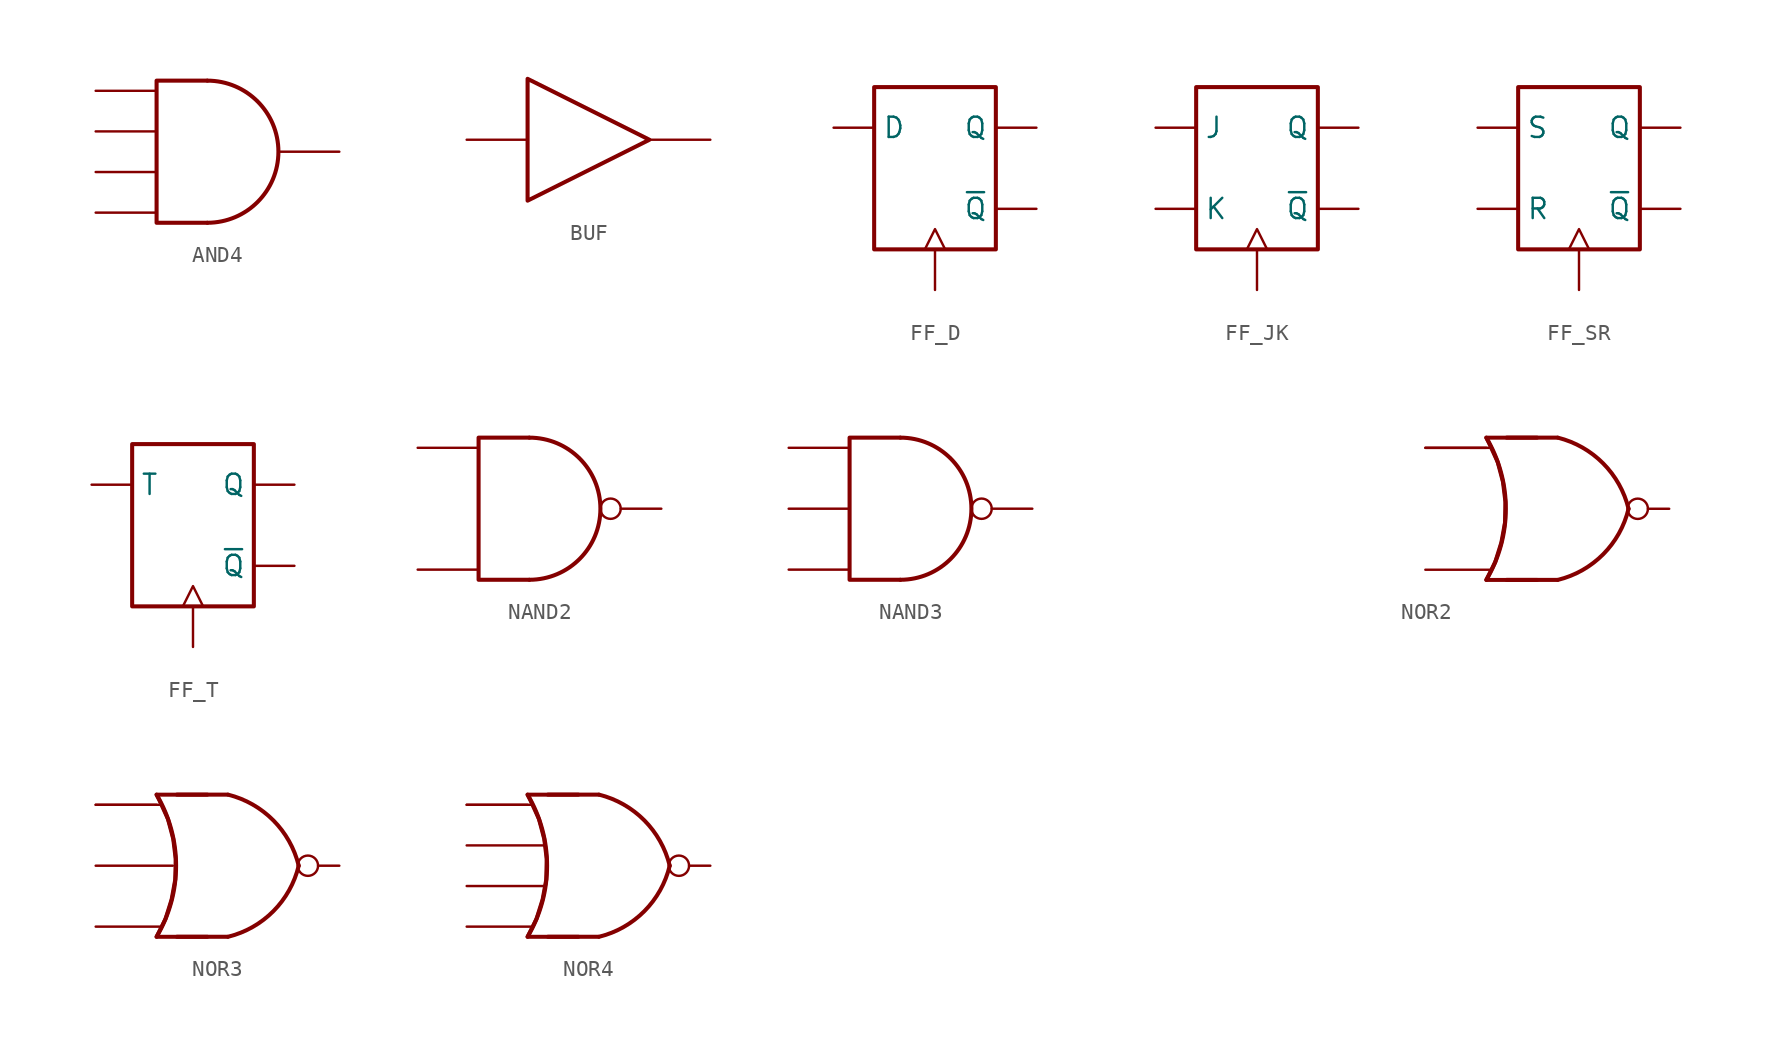
<source format=kicad_sym>
(kicad_symbol_lib
  (version 20231120)
  (generator "kicad_symbol_editor")
  (generator_version "8.0")
  (symbol "AND4"
    (property "Reference" "U"
      (at 0 0 0)
      (effects (font (size 1.27 1.27)) (hide yes)))
    (property "Value" ""
      (at 0 0 0)
      (effects (font (size 1.27 1.27))))
    (symbol "AND4_1_1"
      (polyline (pts (xy 6.985 8.255) (xy 3.81 8.255) (xy 3.81 -0.635) (xy 6.985 -0.635)) (stroke (width 0.254) (type default)) (fill (type none)))
      (arc (start 6.985 -0.635) (mid 11.4107 3.81) (end 6.985 8.255) (stroke (width 0.254) (type default)) (fill (type none)))
      (pin input line (at 0 0 0) (length 3.81) (name "" (effects (font (size 1.27 1.27)))) (number "" (effects (font (size 1.27 1.27)))))
      (pin input line (at 0 2.54 0) (length 3.81) (name "" (effects (font (size 1.27 1.27)))) (number "" (effects (font (size 1.27 1.27)))))
      (pin input line (at 0 5.08 0) (length 3.81) (name "" (effects (font (size 1.27 1.27)))) (number "" (effects (font (size 1.27 1.27)))))
      (pin input line (at 0 7.62 0) (length 3.81) (name "" (effects (font (size 1.27 1.27)))) (number "" (effects (font (size 1.27 1.27)))))
      (pin output line (at 15.24 3.81 180) (length 3.81) (name "" (effects (font (size 1.27 1.27)))) (number "" (effects (font (size 1.27 1.27)))))))
  (symbol "BUF"
    (property "Reference" "U"
      (at 0 -3.81 0)
      (effects (font (size 1.27 1.27)) (hide yes)))
    (property "Value" ""
      (at 0 -3.81 0)
      (effects (font (size 1.27 1.27))))
    (symbol "BUF_1_0"
      (polyline (pts (xy 3.81 3.81) (xy 3.81 -3.81) (xy 11.43 0) (xy 3.81 3.81)) (stroke (width 0.254) (type default)) (fill (type none)))
      (pin input line (at 0 0 0) (length 3.81) (name "" (effects (font (size 1.27 1.27)))) (number "" (effects (font (size 1.27 1.27)))))
      (pin output line (at 15.24 0 180) (length 3.81) (name "" (effects (font (size 1.27 1.27)))) (number "" (effects (font (size 1.27 1.27)))))))
  (symbol "FF_D"
    (property "Reference" "U"
      (at 0 0 0)
      (effects (font (size 1.27 1.27)) (hide yes)))
    (property "Value" ""
      (at 0 0 0)
      (effects (font (size 1.27 1.27))))
    (symbol "FF_D_1_0"
      (pin input clock (at 6.35 -5.08 90) (length 2.54) (name "" (effects (font (size 1.27 1.27)))) (number "" (effects (font (size 1.27 1.27)))))
      (pin input line (at 0 5.08 0) (length 2.54) (name "D" (effects (font (size 1.27 1.27)))) (number "" (effects (font (size 1.27 1.27)))))
      (pin output line (at 12.7 5.08 180) (length 2.54) (name "Q" (effects (font (size 1.27 1.27)))) (number "" (effects (font (size 1.27 1.27)))))
      (pin output line (at 12.7 0 180) (length 2.54) (name "~{Q}" (effects (font (size 1.27 1.27)))) (number "" (effects (font (size 1.27 1.27))))))
    (symbol "FF_D_1_1"
      (polyline (pts (xy 2.54 7.62) (xy 2.54 -2.54) (xy 10.16 -2.54) (xy 10.16 7.62) (xy 2.54 7.62)) (stroke (width 0.254) (type default)) (fill (type none)))))
  (symbol "FF_JK"
    (property "Reference" "U"
      (at 0 0 0)
      (effects (font (size 1.27 1.27)) (hide yes)))
    (property "Value" ""
      (at 0 0 0)
      (effects (font (size 1.27 1.27))))
    (symbol "FF_JK_1_0"
      (pin input clock (at 6.35 -5.08 90) (length 2.54) (name "" (effects (font (size 1.27 1.27)))) (number "" (effects (font (size 1.27 1.27)))))
      (pin input line (at 0 5.08 0) (length 2.54) (name "J" (effects (font (size 1.27 1.27)))) (number "" (effects (font (size 1.27 1.27)))))
      (pin input line (at 0 0 0) (length 2.54) (name "K" (effects (font (size 1.27 1.27)))) (number "" (effects (font (size 1.27 1.27)))))
      (pin output line (at 12.7 5.08 180) (length 2.54) (name "Q" (effects (font (size 1.27 1.27)))) (number "" (effects (font (size 1.27 1.27)))))
      (pin output line (at 12.7 0 180) (length 2.54) (name "~{Q}" (effects (font (size 1.27 1.27)))) (number "" (effects (font (size 1.27 1.27))))))
    (symbol "FF_JK_1_1"
      (polyline (pts (xy 2.54 7.62) (xy 2.54 -2.54) (xy 10.16 -2.54) (xy 10.16 7.62) (xy 2.54 7.62)) (stroke (width 0.254) (type default)) (fill (type none)))))
  (symbol "FF_SR"
    (property "Reference" "U"
      (at 0 0 0)
      (effects (font (size 1.27 1.27)) (hide yes)))
    (property "Value" ""
      (at 0 0 0)
      (effects (font (size 1.27 1.27))))
    (symbol "FF_SR_1_0"
      (pin input clock (at 3.81 -2.54 90) (length 2.54) (name "" (effects (font (size 1.27 1.27)))) (number "" (effects (font (size 1.27 1.27)))))
      (pin output line (at 10.16 7.62 180) (length 2.54) (name "Q" (effects (font (size 1.27 1.27)))) (number "" (effects (font (size 1.27 1.27)))))
      (pin input line (at -2.54 2.54 0) (length 2.54) (name "R" (effects (font (size 1.27 1.27)))) (number "" (effects (font (size 1.27 1.27)))))
      (pin input line (at -2.54 7.62 0) (length 2.54) (name "S" (effects (font (size 1.27 1.27)))) (number "" (effects (font (size 1.27 1.27)))))
      (pin output line (at 10.16 2.54 180) (length 2.54) (name "~{Q}" (effects (font (size 1.27 1.27)))) (number "" (effects (font (size 1.27 1.27))))))
    (symbol "FF_SR_1_1"
      (polyline (pts (xy 0 10.16) (xy 0 0) (xy 7.62 0) (xy 7.62 10.16) (xy 0 10.16)) (stroke (width 0.254) (type default)) (fill (type none)))))
  (symbol "FF_T"
    (property "Reference" "U"
      (at 0 0 0)
      (effects (font (size 1.27 1.27)) (hide yes)))
    (property "Value" ""
      (at 0 0 0)
      (effects (font (size 1.27 1.27))))
    (symbol "FF_T_1_0"
      (pin input clock (at 6.35 0 90) (length 2.54) (name "" (effects (font (size 1.27 1.27)))) (number "" (effects (font (size 1.27 1.27)))))
      (pin output line (at 12.7 10.16 180) (length 2.54) (name "Q" (effects (font (size 1.27 1.27)))) (number "" (effects (font (size 1.27 1.27)))))
      (pin input line (at 0 10.16 0) (length 2.54) (name "T" (effects (font (size 1.27 1.27)))) (number "" (effects (font (size 1.27 1.27)))))
      (pin output line (at 12.7 5.08 180) (length 2.54) (name "~{Q}" (effects (font (size 1.27 1.27)))) (number "" (effects (font (size 1.27 1.27))))))
    (symbol "FF_T_1_1"
      (polyline (pts (xy 2.54 12.7) (xy 2.54 2.54) (xy 10.16 2.54) (xy 10.16 12.7) (xy 2.54 12.7)) (stroke (width 0.254) (type default)) (fill (type none)))))
  (symbol "NAND2"
    (property "Reference" "U"
      (at 0 0 0)
      (effects (font (size 1.27 1.27)) (hide yes)))
    (property "Value" ""
      (at 0 0 0)
      (effects (font (size 1.27 1.27))))
    (symbol "NAND2_1_1"
      (polyline (pts (xy 6.985 8.255) (xy 3.81 8.255) (xy 3.81 -0.635) (xy 6.985 -0.635)) (stroke (width 0.254) (type default)) (fill (type none)))
      (arc (start 6.985 -0.635) (mid 11.4107 3.81) (end 6.985 8.255) (stroke (width 0.254) (type default)) (fill (type none)))
      (pin input line (at 0 0 0) (length 3.81) (name "" (effects (font (size 1.27 1.27)))) (number "" (effects (font (size 1.27 1.27)))))
      (pin input line (at 0 7.62 0) (length 3.81) (name "" (effects (font (size 1.27 1.27)))) (number "" (effects (font (size 1.27 1.27)))))
      (pin output inverted (at 15.24 3.81 180) (length 3.81) (name "" (effects (font (size 1.27 1.27)))) (number "" (effects (font (size 1.27 1.27)))))))
  (symbol "NAND3"
    (property "Reference" "U"
      (at 0 0 0)
      (effects (font (size 1.27 1.27)) (hide yes)))
    (property "Value" ""
      (at 0 0 0)
      (effects (font (size 1.27 1.27))))
    (symbol "NAND3_1_1"
      (polyline (pts (xy 6.985 8.255) (xy 3.81 8.255) (xy 3.81 -0.635) (xy 6.985 -0.635)) (stroke (width 0.254) (type default)) (fill (type none)))
      (arc (start 6.985 -0.635) (mid 11.4107 3.81) (end 6.985 8.255) (stroke (width 0.254) (type default)) (fill (type none)))
      (pin input line (at 0 0 0) (length 3.81) (name "" (effects (font (size 1.27 1.27)))) (number "" (effects (font (size 1.27 1.27)))))
      (pin input line (at 0 3.81 0) (length 3.81) (name "" (effects (font (size 1.27 1.27)))) (number "" (effects (font (size 1.27 1.27)))))
      (pin input line (at 0 7.62 0) (length 3.81) (name "" (effects (font (size 1.27 1.27)))) (number "" (effects (font (size 1.27 1.27)))))
      (pin output inverted (at 15.24 3.81 180) (length 3.81) (name "" (effects (font (size 1.27 1.27)))) (number "" (effects (font (size 1.27 1.27)))))))
  (symbol "NOR2"
    (property "Reference" "U"
      (at -15.24 0 0)
      (effects (font (size 1.27 1.27)) (hide yes)))
    (property "Value" ""
      (at -15.24 0 0)
      (effects (font (size 1.27 1.27))))
    (symbol "NOR2_1_0"
      (pin input line (at 0 7.62 0) (length 3.81) (name "" (effects (font (size 1.27 1.27)))) (number "" (effects (font (size 1.27 1.27)))))
      (pin output inverted (at 15.24 3.81 180) (length 2.6) (name "" (effects (font (size 1.27 1.27)))) (number "" (effects (font (size 1.27 1.27))))))
    (symbol "NOR2_1_1"
      (polyline (pts (xy 5.08 -0.635) (xy 8.255 -0.635)) (stroke (width 0.254) (type default)) (fill (type background)))
      (polyline (pts (xy 5.08 8.255) (xy 8.255 8.255)) (stroke (width 0.254) (type default)) (fill (type background)))
      (polyline (pts (xy 6.985 8.255) (xy 3.81 8.255) (xy 3.81 8.255) (xy 3.988 7.899) (xy 4.521 6.731) (xy 4.851 5.486) (xy 5.004 4.242) (xy 4.978 2.946) (xy 4.75 1.702) (xy 4.369 0.483) (xy 3.81 -0.635) (xy 3.81 -0.635) (xy 6.985 -0.635)) (stroke (width 0.25) (type default)) (fill (type none)))
      (arc (start 3.81 -0.635) (mid 5.0292 3.81) (end 3.81 8.255) (stroke (width 0.254) (type default)) (fill (type none)))
      (arc (start 8.2804 -0.635) (mid 11.1141 0.9672) (end 12.7 3.81) (stroke (width 0.254) (type default)) (fill (type none)))
      (arc (start 12.7 3.81) (mid 11.1097 6.6484) (end 8.2804 8.255) (stroke (width 0.254) (type default)) (fill (type none)))
      (pin input line (at 0 0 0) (length 4) (name "" (effects (font (size 1.27 1.27)))) (number "" (effects (font (size 1.27 1.27)))))
      (pin input line (at 0 7.62 0) (length 4) (name "" (effects (font (size 1.27 1.27)))) (number "" (effects (font (size 1.27 1.27)))))))
  (symbol "NOR3"
    (property "Reference" "U"
      (at 0 0 0)
      (effects (font (size 1.27 1.27)) (hide yes)))
    (property "Value" ""
      (at 0 0 0)
      (effects (font (size 1.27 1.27))))
    (symbol "NOR3_1_0"
      (pin input line (at 0 7.62 0) (length 3.81) (name "" (effects (font (size 1.27 1.27)))) (number "" (effects (font (size 1.27 1.27)))))
      (pin output inverted (at 15.24 3.81 180) (length 2.6) (name "" (effects (font (size 1.27 1.27)))) (number "" (effects (font (size 1.27 1.27))))))
    (symbol "NOR3_1_1"
      (polyline (pts (xy 5.08 -0.635) (xy 8.255 -0.635)) (stroke (width 0.254) (type default)) (fill (type background)))
      (polyline (pts (xy 5.08 8.255) (xy 8.255 8.255)) (stroke (width 0.254) (type default)) (fill (type background)))
      (polyline (pts (xy 6.985 8.255) (xy 3.81 8.255) (xy 3.81 8.255) (xy 3.988 7.899) (xy 4.521 6.731) (xy 4.851 5.486) (xy 5.004 4.242) (xy 4.978 2.946) (xy 4.75 1.702) (xy 4.369 0.483) (xy 3.81 -0.635) (xy 3.81 -0.635) (xy 6.985 -0.635)) (stroke (width 0.25) (type default)) (fill (type none)))
      (arc (start 3.81 -0.635) (mid 5.0292 3.81) (end 3.81 8.255) (stroke (width 0.254) (type default)) (fill (type none)))
      (arc (start 8.2804 -0.635) (mid 11.1141 0.9672) (end 12.7 3.81) (stroke (width 0.254) (type default)) (fill (type none)))
      (arc (start 12.7 3.81) (mid 11.1097 6.6484) (end 8.2804 8.255) (stroke (width 0.254) (type default)) (fill (type none)))
      (pin input line (at 0 0 0) (length 4) (name "" (effects (font (size 1.27 1.27)))) (number "" (effects (font (size 1.27 1.27)))))
      (pin input line (at 0 3.81 0) (length 4.826) (name "" (effects (font (size 1.27 1.27)))) (number "" (effects (font (size 1.27 1.27)))))
      (pin input line (at 0 7.62 0) (length 4) (name "" (effects (font (size 1.27 1.27)))) (number "" (effects (font (size 1.27 1.27)))))))
  (symbol "NOR4"
    (property "Reference" "U"
      (at 0 0 0)
      (effects (font (size 1.27 1.27)) (hide yes)))
    (property "Value" ""
      (at 0 0 0)
      (effects (font (size 1.27 1.27))))
    (symbol "NOR4_1_0"
      (pin input line (at 0 7.62 0) (length 3.81) (name "" (effects (font (size 1.27 1.27)))) (number "" (effects (font (size 1.27 1.27)))))
      (pin output inverted (at 15.24 3.81 180) (length 2.6) (name "" (effects (font (size 1.27 1.27)))) (number "" (effects (font (size 1.27 1.27))))))
    (symbol "NOR4_1_1"
      (polyline (pts (xy 5.08 -0.635) (xy 8.255 -0.635)) (stroke (width 0.254) (type default)) (fill (type background)))
      (polyline (pts (xy 5.08 8.255) (xy 8.255 8.255)) (stroke (width 0.254) (type default)) (fill (type background)))
      (polyline (pts (xy 6.985 8.255) (xy 3.81 8.255) (xy 3.81 8.255) (xy 3.988 7.899) (xy 4.521 6.731) (xy 4.851 5.486) (xy 5.004 4.242) (xy 4.978 2.946) (xy 4.75 1.702) (xy 4.369 0.483) (xy 3.81 -0.635) (xy 3.81 -0.635) (xy 6.985 -0.635)) (stroke (width 0.25) (type default)) (fill (type none)))
      (arc (start 3.81 -0.635) (mid 5.0292 3.81) (end 3.81 8.255) (stroke (width 0.254) (type default)) (fill (type none)))
      (arc (start 8.2804 -0.635) (mid 11.1141 0.9672) (end 12.7 3.81) (stroke (width 0.254) (type default)) (fill (type none)))
      (arc (start 12.7 3.81) (mid 11.1097 6.6484) (end 8.2804 8.255) (stroke (width 0.254) (type default)) (fill (type none)))
      (pin input line (at 0 0 0) (length 4) (name "" (effects (font (size 1.27 1.27)))) (number "" (effects (font (size 1.27 1.27)))))
      (pin input line (at 0 2.54 0) (length 4.826) (name "" (effects (font (size 1.27 1.27)))) (number "" (effects (font (size 1.27 1.27)))))
      (pin input line (at 0 5.08 0) (length 4.826) (name "" (effects (font (size 1.27 1.27)))) (number "" (effects (font (size 1.27 1.27)))))
      (pin input line (at 0 7.62 0) (length 4) (name "" (effects (font (size 1.27 1.27)))) (number "" (effects (font (size 1.27 1.27))))))))
</source>
